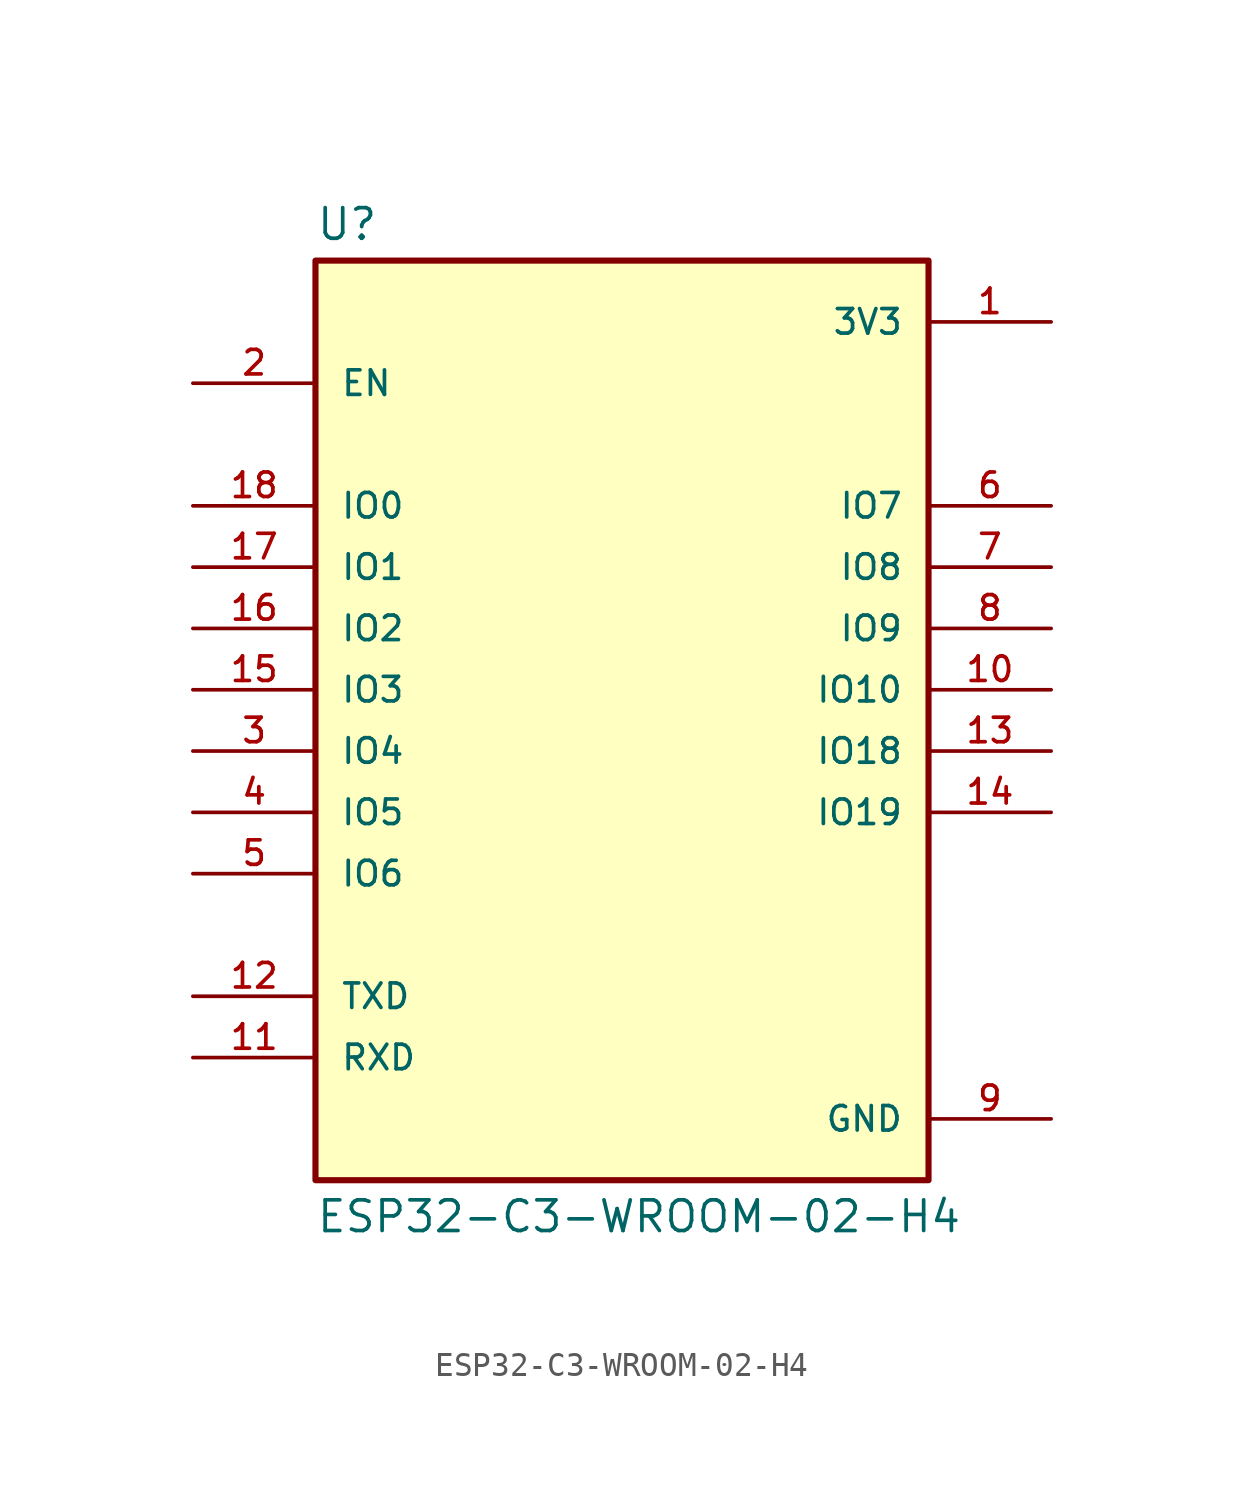
<source format=kicad_sym>
(kicad_symbol_lib
  (version 20211014)
  (generator kicad_symbol_editor)
  (symbol "ESP32-C3-WROOM-02-H4"
    (pin_names
      (offset 1.016))
    (property "Reference" "U"
      (at -12.7 21.082 0)
      (effects (font (size 1.27 1.27)) (justify bottom left)))
    (property "Value" "ESP32-C3-WROOM-02-H4"
      (at -12.7 -18.542 0)
      (effects (font (size 1.27 1.27)) (justify top left)))
    (symbol "ESP32-C3-WROOM-02-H4_0_0"
      (rectangle (start -12.7 -17.78) (end 12.7 20.32) (stroke (width 0.254)) (fill (type background)))
      (pin power_in line (at 17.78 17.78 180.0) (length 5.08) (name "3V3" (effects (font (size 1.016 1.016)))) (number "1" (effects (font (size 1.016 1.016)))))
      (pin input line (at -17.78 15.24 0) (length 5.08) (name "EN" (effects (font (size 1.016 1.016)))) (number "2" (effects (font (size 1.016 1.016)))))
      (pin power_in line (at 17.78 -15.24 180.0) (length 5.08) (name "GND" (effects (font (size 1.016 1.016)))) (number "9" (effects (font (size 1.016 1.016)))))
      (pin power_in line (at 17.78 -15.24 180.0) (length 5.08) hide (name "GND" (effects (font (size 1.016 1.016)))) (number "19" (effects (font (size 1.016 1.016)))))
      (pin power_in line (at 17.78 -15.24 180.0) (length 5.08) hide (name "GND" (effects (font (size 1.016 1.016)))) (number "20" (effects (font (size 1.016 1.016)))))
      (pin power_in line (at 17.78 -15.24 180.0) (length 5.08) hide (name "GND" (effects (font (size 1.016 1.016)))) (number "21" (effects (font (size 1.016 1.016)))))
      (pin power_in line (at 17.78 -15.24 180.0) (length 5.08) hide (name "GND" (effects (font (size 1.016 1.016)))) (number "22" (effects (font (size 1.016 1.016)))))
      (pin power_in line (at 17.78 -15.24 180.0) (length 5.08) hide (name "GND" (effects (font (size 1.016 1.016)))) (number "23" (effects (font (size 1.016 1.016)))))
      (pin power_in line (at 17.78 -15.24 180.0) (length 5.08) hide (name "GND" (effects (font (size 1.016 1.016)))) (number "24" (effects (font (size 1.016 1.016)))))
      (pin power_in line (at 17.78 -15.24 180.0) (length 5.08) hide (name "GND" (effects (font (size 1.016 1.016)))) (number "25" (effects (font (size 1.016 1.016)))))
      (pin power_in line (at 17.78 -15.24 180.0) (length 5.08) hide (name "GND" (effects (font (size 1.016 1.016)))) (number "26" (effects (font (size 1.016 1.016)))))
      (pin power_in line (at 17.78 -15.24 180.0) (length 5.08) hide (name "GND" (effects (font (size 1.016 1.016)))) (number "27" (effects (font (size 1.016 1.016)))))
      (pin power_in line (at 17.78 -15.24 180.0) (length 5.08) hide (name "GND" (effects (font (size 1.016 1.016)))) (number "28" (effects (font (size 1.016 1.016)))))
      (pin power_in line (at 17.78 -15.24 180.0) (length 5.08) hide (name "GND" (effects (font (size 1.016 1.016)))) (number "29" (effects (font (size 1.016 1.016)))))
      (pin power_in line (at 17.78 -15.24 180.0) (length 5.08) hide (name "GND" (effects (font (size 1.016 1.016)))) (number "30" (effects (font (size 1.016 1.016)))))
      (pin power_in line (at 17.78 -15.24 180.0) (length 5.08) hide (name "GND" (effects (font (size 1.016 1.016)))) (number "31" (effects (font (size 1.016 1.016)))))
      (pin power_in line (at 17.78 -15.24 180.0) (length 5.08) hide (name "GND" (effects (font (size 1.016 1.016)))) (number "32" (effects (font (size 1.016 1.016)))))
      (pin power_in line (at 17.78 -15.24 180.0) (length 5.08) hide (name "GND" (effects (font (size 1.016 1.016)))) (number "33" (effects (font (size 1.016 1.016)))))
      (pin power_in line (at 17.78 -15.24 180.0) (length 5.08) hide (name "GND" (effects (font (size 1.016 1.016)))) (number "34" (effects (font (size 1.016 1.016)))))
      (pin power_in line (at 17.78 -15.24 180.0) (length 5.08) hide (name "GND" (effects (font (size 1.016 1.016)))) (number "35" (effects (font (size 1.016 1.016)))))
      (pin power_in line (at 17.78 -15.24 180.0) (length 5.08) hide (name "GND" (effects (font (size 1.016 1.016)))) (number "36" (effects (font (size 1.016 1.016)))))
      (pin power_in line (at 17.78 -15.24 180.0) (length 5.08) hide (name "GND" (effects (font (size 1.016 1.016)))) (number "37" (effects (font (size 1.016 1.016)))))
      (pin power_in line (at 17.78 -15.24 180.0) (length 5.08) hide (name "GND" (effects (font (size 1.016 1.016)))) (number "38" (effects (font (size 1.016 1.016)))))
      (pin power_in line (at 17.78 -15.24 180.0) (length 5.08) hide (name "GND" (effects (font (size 1.016 1.016)))) (number "39" (effects (font (size 1.016 1.016)))))
      (pin bidirectional line (at -17.78 10.16 0) (length 5.08) (name "IO0" (effects (font (size 1.016 1.016)))) (number "18" (effects (font (size 1.016 1.016)))))
      (pin bidirectional line (at -17.78 7.62 0) (length 5.08) (name "IO1" (effects (font (size 1.016 1.016)))) (number "17" (effects (font (size 1.016 1.016)))))
      (pin bidirectional line (at -17.78 5.08 0) (length 5.08) (name "IO2" (effects (font (size 1.016 1.016)))) (number "16" (effects (font (size 1.016 1.016)))))
      (pin bidirectional line (at -17.78 2.54 0) (length 5.08) (name "IO3" (effects (font (size 1.016 1.016)))) (number "15" (effects (font (size 1.016 1.016)))))
      (pin bidirectional line (at -17.78 0.0 0) (length 5.08) (name "IO4" (effects (font (size 1.016 1.016)))) (number "3" (effects (font (size 1.016 1.016)))))
      (pin bidirectional line (at -17.78 -2.54 0) (length 5.08) (name "IO5" (effects (font (size 1.016 1.016)))) (number "4" (effects (font (size 1.016 1.016)))))
      (pin bidirectional line (at -17.78 -5.08 0) (length 5.08) (name "IO6" (effects (font (size 1.016 1.016)))) (number "5" (effects (font (size 1.016 1.016)))))
      (pin bidirectional line (at 17.78 10.16 180.0) (length 5.08) (name "IO7" (effects (font (size 1.016 1.016)))) (number "6" (effects (font (size 1.016 1.016)))))
      (pin bidirectional line (at 17.78 7.62 180.0) (length 5.08) (name "IO8" (effects (font (size 1.016 1.016)))) (number "7" (effects (font (size 1.016 1.016)))))
      (pin bidirectional line (at 17.78 5.08 180.0) (length 5.08) (name "IO9" (effects (font (size 1.016 1.016)))) (number "8" (effects (font (size 1.016 1.016)))))
      (pin bidirectional line (at 17.78 2.54 180.0) (length 5.08) (name "IO10" (effects (font (size 1.016 1.016)))) (number "10" (effects (font (size 1.016 1.016)))))
      (pin bidirectional line (at 17.78 0.0 180.0) (length 5.08) (name "IO18" (effects (font (size 1.016 1.016)))) (number "13" (effects (font (size 1.016 1.016)))))
      (pin bidirectional line (at 17.78 -2.54 180.0) (length 5.08) (name "IO19" (effects (font (size 1.016 1.016)))) (number "14" (effects (font (size 1.016 1.016)))))
      (pin bidirectional line (at -17.78 -10.16 0) (length 5.08) (name "TXD" (effects (font (size 1.016 1.016)))) (number "12" (effects (font (size 1.016 1.016)))))
      (pin bidirectional line (at -17.78 -12.7 0) (length 5.08) (name "RXD" (effects (font (size 1.016 1.016)))) (number "11" (effects (font (size 1.016 1.016))))))))
</source>
